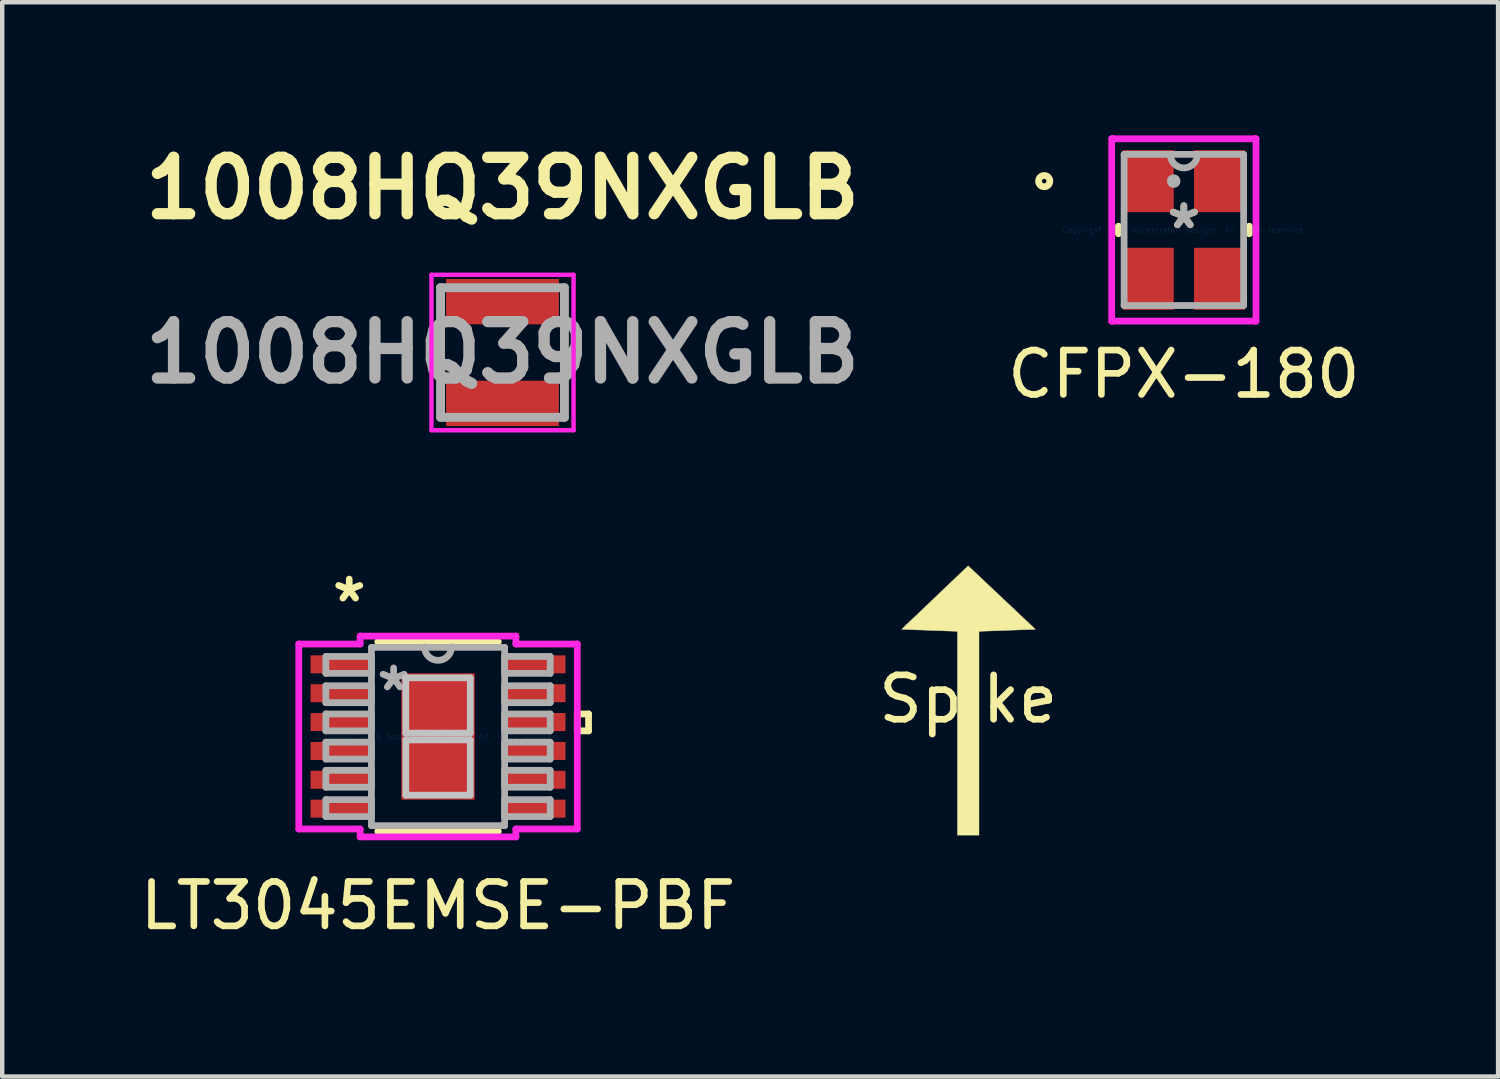
<source format=kicad_pcb>
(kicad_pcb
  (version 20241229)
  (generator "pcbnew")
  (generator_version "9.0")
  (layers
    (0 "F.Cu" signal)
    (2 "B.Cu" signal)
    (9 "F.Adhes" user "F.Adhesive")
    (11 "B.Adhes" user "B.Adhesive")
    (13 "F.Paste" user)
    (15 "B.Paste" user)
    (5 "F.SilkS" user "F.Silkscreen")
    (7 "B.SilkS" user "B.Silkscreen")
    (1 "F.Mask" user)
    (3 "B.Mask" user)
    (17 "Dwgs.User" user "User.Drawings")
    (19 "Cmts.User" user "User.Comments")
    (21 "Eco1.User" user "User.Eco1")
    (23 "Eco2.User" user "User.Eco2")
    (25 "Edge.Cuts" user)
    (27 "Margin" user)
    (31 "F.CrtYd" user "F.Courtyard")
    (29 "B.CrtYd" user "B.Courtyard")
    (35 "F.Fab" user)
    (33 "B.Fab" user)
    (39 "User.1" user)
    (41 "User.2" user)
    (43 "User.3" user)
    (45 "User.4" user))
  (footprint "Spike"
    (layer "F.Cu")
    (at 18.756 12.694)
    (property "Reference" "Spike" (at 0 0 0) (layer "F.SilkS") (effects (font (size 1 1) (thickness 0.15))))
    (attr through_hole)
    (fp_poly (pts (xy 0.754 -2.286) (xy 1.511 -1.572) (xy 0.876 -1.549) (xy 0.242 -1.526) (xy 0.242 3.064) (xy -0.242 3.064) (xy -0.242 -1.526) (xy -0.87 -1.549) (xy -1.498 -1.572) (xy -0.75 -2.286) (xy -0.002 -3) (xy 0.754 -2.286)) (stroke (width 0.01) (type solid)) (fill yes) (layer "F.SilkS")))
  (footprint "CFPX-180"
    (layer "F.Cu")
    (at 23.612 2.129)
    (property "Reference" "CFPX-180" (at 0 3.25 0) (layer "F.SilkS") (effects (font (size 1 1) (thickness 0.15))))
    (attr through_hole)
    (fp_line (start -1.473 -0.085) (end -1.473 0.085) (stroke (width 0.152) (type solid)) (layer "F.SilkS"))
    (fp_line (start 1.473 0.085) (end 1.473 -0.085) (stroke (width 0.152) (type solid)) (layer "F.SilkS"))
    (fp_circle (center -3.145 -1.1) (end -3.018 -1.1) (stroke (width 0.152) (type solid)) (fill no) (layer "F.SilkS"))
    (fp_line (start -1.625 -2.053) (end -1.6 -2.053) (stroke (width 0.152) (type solid)) (layer "F.CrtYd"))
    (fp_line (start -1.625 2.053) (end -1.625 -2.053) (stroke (width 0.152) (type solid)) (layer "F.CrtYd"))
    (fp_line (start -1.6 -2.053) (end -1.6 -2.053) (stroke (width 0.152) (type solid)) (layer "F.CrtYd"))
    (fp_line (start -1.6 -2.053) (end 1.6 -2.053) (stroke (width 0.152) (type solid)) (layer "F.CrtYd"))
    (fp_line (start -1.6 2.053) (end -1.625 2.053) (stroke (width 0.152) (type solid)) (layer "F.CrtYd"))
    (fp_line (start -1.6 2.053) (end -1.6 2.053) (stroke (width 0.152) (type solid)) (layer "F.CrtYd"))
    (fp_line (start 1.6 -2.053) (end 1.6 -2.053) (stroke (width 0.152) (type solid)) (layer "F.CrtYd"))
    (fp_line (start 1.6 -2.053) (end 1.625 -2.053) (stroke (width 0.152) (type solid)) (layer "F.CrtYd"))
    (fp_line (start 1.6 2.053) (end -1.6 2.053) (stroke (width 0.152) (type solid)) (layer "F.CrtYd"))
    (fp_line (start 1.6 2.053) (end 1.6 2.053) (stroke (width 0.152) (type solid)) (layer "F.CrtYd"))
    (fp_line (start 1.625 -2.053) (end 1.625 2.053) (stroke (width 0.152) (type solid)) (layer "F.CrtYd"))
    (fp_line (start 1.625 2.053) (end 1.6 2.053) (stroke (width 0.152) (type solid)) (layer "F.CrtYd"))
    (fp_line (start -1.346 -1.702) (end -1.346 1.702) (stroke (width 0.152) (type solid)) (layer "F.Fab"))
    (fp_line (start -1.346 1.702) (end 1.346 1.702) (stroke (width 0.152) (type solid)) (layer "F.Fab"))
    (fp_line (start 1.346 -1.702) (end -1.346 -1.702) (stroke (width 0.152) (type solid)) (layer "F.Fab"))
    (fp_line (start 1.346 1.702) (end 1.346 -1.702) (stroke (width 0.152) (type solid)) (layer "F.Fab"))
    (fp_arc (start 0.3048 -1.7018) (mid 0 -1.397) (end -0.3048 -1.7018) (stroke (width 0.1524) (type solid)) (layer "F.Fab"))
    (fp_circle (center -0.229 -1.1) (end -0.152 -1.1) (stroke (width 0.152) (type solid)) (fill no) (layer "F.Fab"))
    (fp_text user "*" (at 0 0 0) (layer "F.SilkS") (effects (font (size 1 1) (thickness 0.15))))
    (fp_text user "Copyright 2016 Accelerated Designs. All rights reserved." (at 0 0 0) (layer "Cmts.User") (effects (font (size 0.127 0.127) (thickness 0.002))))
    (fp_text user "*" (at 0 0 0) (layer "F.Fab") (effects (font (size 1 1) (thickness 0.15))))
    (pad "1" smd rect (at -0.8 -1.1) (size 1.143 1.397) (layers "F.Cu" "F.Mask" "F.Paste"))
    (pad "2" smd rect (at -0.8 1.1) (size 1.143 1.397) (layers "F.Cu" "F.Mask" "F.Paste"))
    (pad "3" smd rect (at 0.8 1.1) (size 1.143 1.397) (layers "F.Cu" "F.Mask" "F.Paste"))
    (pad "4" smd rect (at 0.8 -1.1) (size 1.143 1.397) (layers "F.Cu" "F.Mask" "F.Paste")))
  (footprint "1008HQ39NXGLB"
    (layer "F.Cu")
    (at 8.267 4.889)
    (property "Reference" "1008HQ39NXGLB" (at 0 -3.7 0) (layer "F.SilkS") (effects (font (size 1.27 1.27) (thickness 0.254))))
    (attr smd)
    (fp_line (start -1.395 -0.5) (end -1.395 0.5) (stroke (width 0.1) (type solid)) (layer "F.SilkS"))
    (fp_line (start 1.395 -0.5) (end 1.395 0.5) (stroke (width 0.1) (type solid)) (layer "F.SilkS"))
    (fp_line (start -1.6 -1.75) (end 1.6 -1.75) (stroke (width 0.1) (type solid)) (layer "F.CrtYd"))
    (fp_line (start -1.6 1.75) (end -1.6 -1.75) (stroke (width 0.1) (type solid)) (layer "F.CrtYd"))
    (fp_line (start 1.6 -1.75) (end 1.6 1.75) (stroke (width 0.1) (type solid)) (layer "F.CrtYd"))
    (fp_line (start 1.6 1.75) (end -1.6 1.75) (stroke (width 0.1) (type solid)) (layer "F.CrtYd"))
    (fp_line (start -1.395 -1.46) (end 1.395 -1.46) (stroke (width 0.2) (type solid)) (layer "F.Fab"))
    (fp_line (start -1.395 1.46) (end -1.395 -1.46) (stroke (width 0.2) (type solid)) (layer "F.Fab"))
    (fp_line (start 1.395 -1.46) (end 1.395 1.46) (stroke (width 0.2) (type solid)) (layer "F.Fab"))
    (fp_line (start 1.395 1.46) (end -1.395 1.46) (stroke (width 0.2) (type solid)) (layer "F.Fab"))
    (fp_text user "${REFERENCE}" (at 0 0 0) (layer "F.Fab") (effects (font (size 1.27 1.27) (thickness 0.254))))
    (pad "1" smd rect (at 0 -1.145 90) (size 1.02 2.54) (layers "F.Cu" "F.Mask" "F.Paste"))
    (pad "2" smd rect (at 0 1.145 90) (size 1.02 2.54) (layers "F.Cu" "F.Mask" "F.Paste")))
  (footprint "LT3045EMSE-PBF"
    (layer "F.Cu")
    (at 6.815 13.537)
    (property "Reference" "LT3045EMSE-PBF" (at 0 3.81 0) (layer "F.SilkS") (effects (font (size 1 1) (thickness 0.15))))
    (attr through_hole)
    (fp_line (start -1.358 2.134) (end 1.358 2.134) (stroke (width 0.152) (type solid)) (layer "F.SilkS"))
    (fp_line (start 1.358 -2.134) (end -1.358 -2.134) (stroke (width 0.152) (type solid)) (layer "F.SilkS"))
    (fp_line (start 3.136 -0.508) (end 3.39 -0.508) (stroke (width 0.152) (type solid)) (layer "F.SilkS"))
    (fp_line (start 3.136 -0.127) (end 3.136 -0.508) (stroke (width 0.152) (type solid)) (layer "F.SilkS"))
    (fp_line (start 3.39 -0.508) (end 3.39 -0.127) (stroke (width 0.152) (type solid)) (layer "F.SilkS"))
    (fp_line (start 3.39 -0.127) (end 3.136 -0.127) (stroke (width 0.152) (type solid)) (layer "F.SilkS"))
    (fp_line (start -0.726 -1.321) (end -0.726 -0.076) (stroke (width 0.152) (type solid)) (layer "Dwgs.User"))
    (fp_line (start -0.726 -0.076) (end 0.726 -0.076) (stroke (width 0.152) (type solid)) (layer "Dwgs.User"))
    (fp_line (start -0.726 0.076) (end -0.726 1.321) (stroke (width 0.152) (type solid)) (layer "Dwgs.User"))
    (fp_line (start -0.726 1.321) (end 0.726 1.321) (stroke (width 0.152) (type solid)) (layer "Dwgs.User"))
    (fp_line (start 0.726 -1.321) (end -0.726 -1.321) (stroke (width 0.152) (type solid)) (layer "Dwgs.User"))
    (fp_line (start 0.726 -0.076) (end 0.726 -1.321) (stroke (width 0.152) (type solid)) (layer "Dwgs.User"))
    (fp_line (start 0.726 0.076) (end -0.726 0.076) (stroke (width 0.152) (type solid)) (layer "Dwgs.User"))
    (fp_line (start 0.726 1.321) (end 0.726 0.076) (stroke (width 0.152) (type solid)) (layer "Dwgs.User"))
    (fp_line (start -3.136 -2.083) (end -1.754 -2.083) (stroke (width 0.152) (type solid)) (layer "F.CrtYd"))
    (fp_line (start -3.136 2.083) (end -3.136 -2.083) (stroke (width 0.152) (type solid)) (layer "F.CrtYd"))
    (fp_line (start -1.754 -2.261) (end 1.754 -2.261) (stroke (width 0.152) (type solid)) (layer "F.CrtYd"))
    (fp_line (start -1.754 -2.083) (end -1.754 -2.261) (stroke (width 0.152) (type solid)) (layer "F.CrtYd"))
    (fp_line (start -1.754 2.083) (end -3.136 2.083) (stroke (width 0.152) (type solid)) (layer "F.CrtYd"))
    (fp_line (start -1.754 2.261) (end -1.754 2.083) (stroke (width 0.152) (type solid)) (layer "F.CrtYd"))
    (fp_line (start 1.754 -2.261) (end 1.754 -2.083) (stroke (width 0.152) (type solid)) (layer "F.CrtYd"))
    (fp_line (start 1.754 -2.083) (end 3.136 -2.083) (stroke (width 0.152) (type solid)) (layer "F.CrtYd"))
    (fp_line (start 1.754 2.083) (end 1.754 2.261) (stroke (width 0.152) (type solid)) (layer "F.CrtYd"))
    (fp_line (start 1.754 2.261) (end -1.754 2.261) (stroke (width 0.152) (type solid)) (layer "F.CrtYd"))
    (fp_line (start 3.136 -2.083) (end 3.136 2.083) (stroke (width 0.152) (type solid)) (layer "F.CrtYd"))
    (fp_line (start 3.136 2.083) (end 1.754 2.083) (stroke (width 0.152) (type solid)) (layer "F.CrtYd"))
    (fp_line (start -2.526 -1.803) (end -2.526 -1.422) (stroke (width 0.152) (type solid)) (layer "F.Fab"))
    (fp_line (start -2.526 -1.422) (end -1.5 -1.422) (stroke (width 0.152) (type solid)) (layer "F.Fab"))
    (fp_line (start -2.526 -1.143) (end -2.526 -0.762) (stroke (width 0.152) (type solid)) (layer "F.Fab"))
    (fp_line (start -2.526 -0.762) (end -1.5 -0.762) (stroke (width 0.152) (type solid)) (layer "F.Fab"))
    (fp_line (start -2.526 -0.508) (end -2.526 -0.127) (stroke (width 0.152) (type solid)) (layer "F.Fab"))
    (fp_line (start -2.526 -0.127) (end -1.5 -0.127) (stroke (width 0.152) (type solid)) (layer "F.Fab"))
    (fp_line (start -2.526 0.127) (end -2.526 0.508) (stroke (width 0.152) (type solid)) (layer "F.Fab"))
    (fp_line (start -2.526 0.508) (end -1.5 0.508) (stroke (width 0.152) (type solid)) (layer "F.Fab"))
    (fp_line (start -2.526 0.762) (end -2.526 1.143) (stroke (width 0.152) (type solid)) (layer "F.Fab"))
    (fp_line (start -2.526 1.143) (end -1.5 1.143) (stroke (width 0.152) (type solid)) (layer "F.Fab"))
    (fp_line (start -2.526 1.422) (end -2.526 1.803) (stroke (width 0.152) (type solid)) (layer "F.Fab"))
    (fp_line (start -2.526 1.803) (end -1.5 1.803) (stroke (width 0.152) (type solid)) (layer "F.Fab"))
    (fp_line (start -1.5 -2.007) (end -1.5 2.007) (stroke (width 0.152) (type solid)) (layer "F.Fab"))
    (fp_line (start -1.5 -1.803) (end -2.526 -1.803) (stroke (width 0.152) (type solid)) (layer "F.Fab"))
    (fp_line (start -1.5 -1.422) (end -1.5 -1.803) (stroke (width 0.152) (type solid)) (layer "F.Fab"))
    (fp_line (start -1.5 -1.143) (end -2.526 -1.143) (stroke (width 0.152) (type solid)) (layer "F.Fab"))
    (fp_line (start -1.5 -0.762) (end -1.5 -1.143) (stroke (width 0.152) (type solid)) (layer "F.Fab"))
    (fp_line (start -1.5 -0.508) (end -2.526 -0.508) (stroke (width 0.152) (type solid)) (layer "F.Fab"))
    (fp_line (start -1.5 -0.127) (end -1.5 -0.508) (stroke (width 0.152) (type solid)) (layer "F.Fab"))
    (fp_line (start -1.5 0.127) (end -2.526 0.127) (stroke (width 0.152) (type solid)) (layer "F.Fab"))
    (fp_line (start -1.5 0.508) (end -1.5 0.127) (stroke (width 0.152) (type solid)) (layer "F.Fab"))
    (fp_line (start -1.5 0.762) (end -2.526 0.762) (stroke (width 0.152) (type solid)) (layer "F.Fab"))
    (fp_line (start -1.5 1.143) (end -1.5 0.762) (stroke (width 0.152) (type solid)) (layer "F.Fab"))
    (fp_line (start -1.5 1.422) (end -2.526 1.422) (stroke (width 0.152) (type solid)) (layer "F.Fab"))
    (fp_line (start -1.5 1.803) (end -1.5 1.422) (stroke (width 0.152) (type solid)) (layer "F.Fab"))
    (fp_line (start -1.5 2.007) (end 1.5 2.007) (stroke (width 0.152) (type solid)) (layer "F.Fab"))
    (fp_line (start 1.5 -2.007) (end -1.5 -2.007) (stroke (width 0.152) (type solid)) (layer "F.Fab"))
    (fp_line (start 1.5 -1.803) (end 1.5 -1.422) (stroke (width 0.152) (type solid)) (layer "F.Fab"))
    (fp_line (start 1.5 -1.422) (end 2.526 -1.422) (stroke (width 0.152) (type solid)) (layer "F.Fab"))
    (fp_line (start 1.5 -1.143) (end 1.5 -0.762) (stroke (width 0.152) (type solid)) (layer "F.Fab"))
    (fp_line (start 1.5 -0.762) (end 2.526 -0.762) (stroke (width 0.152) (type solid)) (layer "F.Fab"))
    (fp_line (start 1.5 -0.508) (end 1.5 -0.127) (stroke (width 0.152) (type solid)) (layer "F.Fab"))
    (fp_line (start 1.5 -0.127) (end 2.526 -0.127) (stroke (width 0.152) (type solid)) (layer "F.Fab"))
    (fp_line (start 1.5 0.127) (end 1.5 0.508) (stroke (width 0.152) (type solid)) (layer "F.Fab"))
    (fp_line (start 1.5 0.508) (end 2.526 0.508) (stroke (width 0.152) (type solid)) (layer "F.Fab"))
    (fp_line (start 1.5 0.762) (end 1.5 1.143) (stroke (width 0.152) (type solid)) (layer "F.Fab"))
    (fp_line (start 1.5 1.143) (end 2.526 1.143) (stroke (width 0.152) (type solid)) (layer "F.Fab"))
    (fp_line (start 1.5 1.422) (end 1.5 1.803) (stroke (width 0.152) (type solid)) (layer "F.Fab"))
    (fp_line (start 1.5 1.803) (end 2.526 1.803) (stroke (width 0.152) (type solid)) (layer "F.Fab"))
    (fp_line (start 1.5 2.007) (end 1.5 -2.007) (stroke (width 0.152) (type solid)) (layer "F.Fab"))
    (fp_line (start 2.526 -1.803) (end 1.5 -1.803) (stroke (width 0.152) (type solid)) (layer "F.Fab"))
    (fp_line (start 2.526 -1.422) (end 2.526 -1.803) (stroke (width 0.152) (type solid)) (layer "F.Fab"))
    (fp_line (start 2.526 -1.143) (end 1.5 -1.143) (stroke (width 0.152) (type solid)) (layer "F.Fab"))
    (fp_line (start 2.526 -0.762) (end 2.526 -1.143) (stroke (width 0.152) (type solid)) (layer "F.Fab"))
    (fp_line (start 2.526 -0.508) (end 1.5 -0.508) (stroke (width 0.152) (type solid)) (layer "F.Fab"))
    (fp_line (start 2.526 -0.127) (end 2.526 -0.508) (stroke (width 0.152) (type solid)) (layer "F.Fab"))
    (fp_line (start 2.526 0.127) (end 1.5 0.127) (stroke (width 0.152) (type solid)) (layer "F.Fab"))
    (fp_line (start 2.526 0.508) (end 2.526 0.127) (stroke (width 0.152) (type solid)) (layer "F.Fab"))
    (fp_line (start 2.526 0.762) (end 1.5 0.762) (stroke (width 0.152) (type solid)) (layer "F.Fab"))
    (fp_line (start 2.526 1.143) (end 2.526 0.762) (stroke (width 0.152) (type solid)) (layer "F.Fab"))
    (fp_line (start 2.526 1.422) (end 1.5 1.422) (stroke (width 0.152) (type solid)) (layer "F.Fab"))
    (fp_line (start 2.526 1.803) (end 2.526 1.422) (stroke (width 0.152) (type solid)) (layer "F.Fab"))
    (fp_arc (start 0.3048 -2.019499) (mid 0 -1.714699) (end -0.3048 -2.019499) (stroke (width 0.1524) (type solid)) (layer "F.Fab"))
    (fp_text user "*" (at -2 -3 0) (layer "F.SilkS") (effects (font (size 1 1) (thickness 0.15))))
    (fp_text user "Copyright 2016 Accelerated Designs. All rights reserved." (at 0 0 0) (layer "Cmts.User") (effects (font (size 0.127 0.127) (thickness 0.002))))
    (fp_text user "*" (at -1 -1 0) (layer "F.Fab") (effects (font (size 1 1) (thickness 0.15))))
    (pad "1" smd rect (at -2.185 -1.625) (size 1.372 0.406) (layers "F.Cu" "F.Mask" "F.Paste"))
    (pad "2" smd rect (at -2.185 -0.975) (size 1.372 0.406) (layers "F.Cu" "F.Mask" "F.Paste"))
    (pad "3" smd rect (at -2.185 -0.325) (size 1.372 0.406) (layers "F.Cu" "F.Mask" "F.Paste"))
    (pad "4" smd rect (at -2.185 0.325) (size 1.372 0.406) (layers "F.Cu" "F.Mask" "F.Paste"))
    (pad "5" smd rect (at -2.185 0.975) (size 1.372 0.406) (layers "F.Cu" "F.Mask" "F.Paste"))
    (pad "6" smd rect (at -2.185 1.625) (size 1.372 0.406) (layers "F.Cu" "F.Mask" "F.Paste"))
    (pad "7" smd rect (at 2.185 1.625) (size 1.372 0.406) (layers "F.Cu" "F.Mask" "F.Paste"))
    (pad "8" smd rect (at 2.185 0.975) (size 1.372 0.406) (layers "F.Cu" "F.Mask" "F.Paste"))
    (pad "9" smd rect (at 2.185 0.325) (size 1.372 0.406) (layers "F.Cu" "F.Mask" "F.Paste"))
    (pad "10" smd rect (at 2.185 -0.325) (size 1.372 0.406) (layers "F.Cu" "F.Mask" "F.Paste"))
    (pad "11" smd rect (at 2.185 -0.975) (size 1.372 0.406) (layers "F.Cu" "F.Mask" "F.Paste"))
    (pad "12" smd rect (at 2.185 -1.625) (size 1.372 0.406) (layers "F.Cu" "F.Mask" "F.Paste"))
    (pad "EPAD" smd rect (at 0 0) (size 1.651 2.845) (layers "F.Cu" "F.Mask" "F.Paste")))
  (gr_rect
    (start -3 -3)
    (end 30.689 21.195)
    (stroke (width 0.1) (type default))
    (fill no)
    (layer "Edge.Cuts")))
</source>
